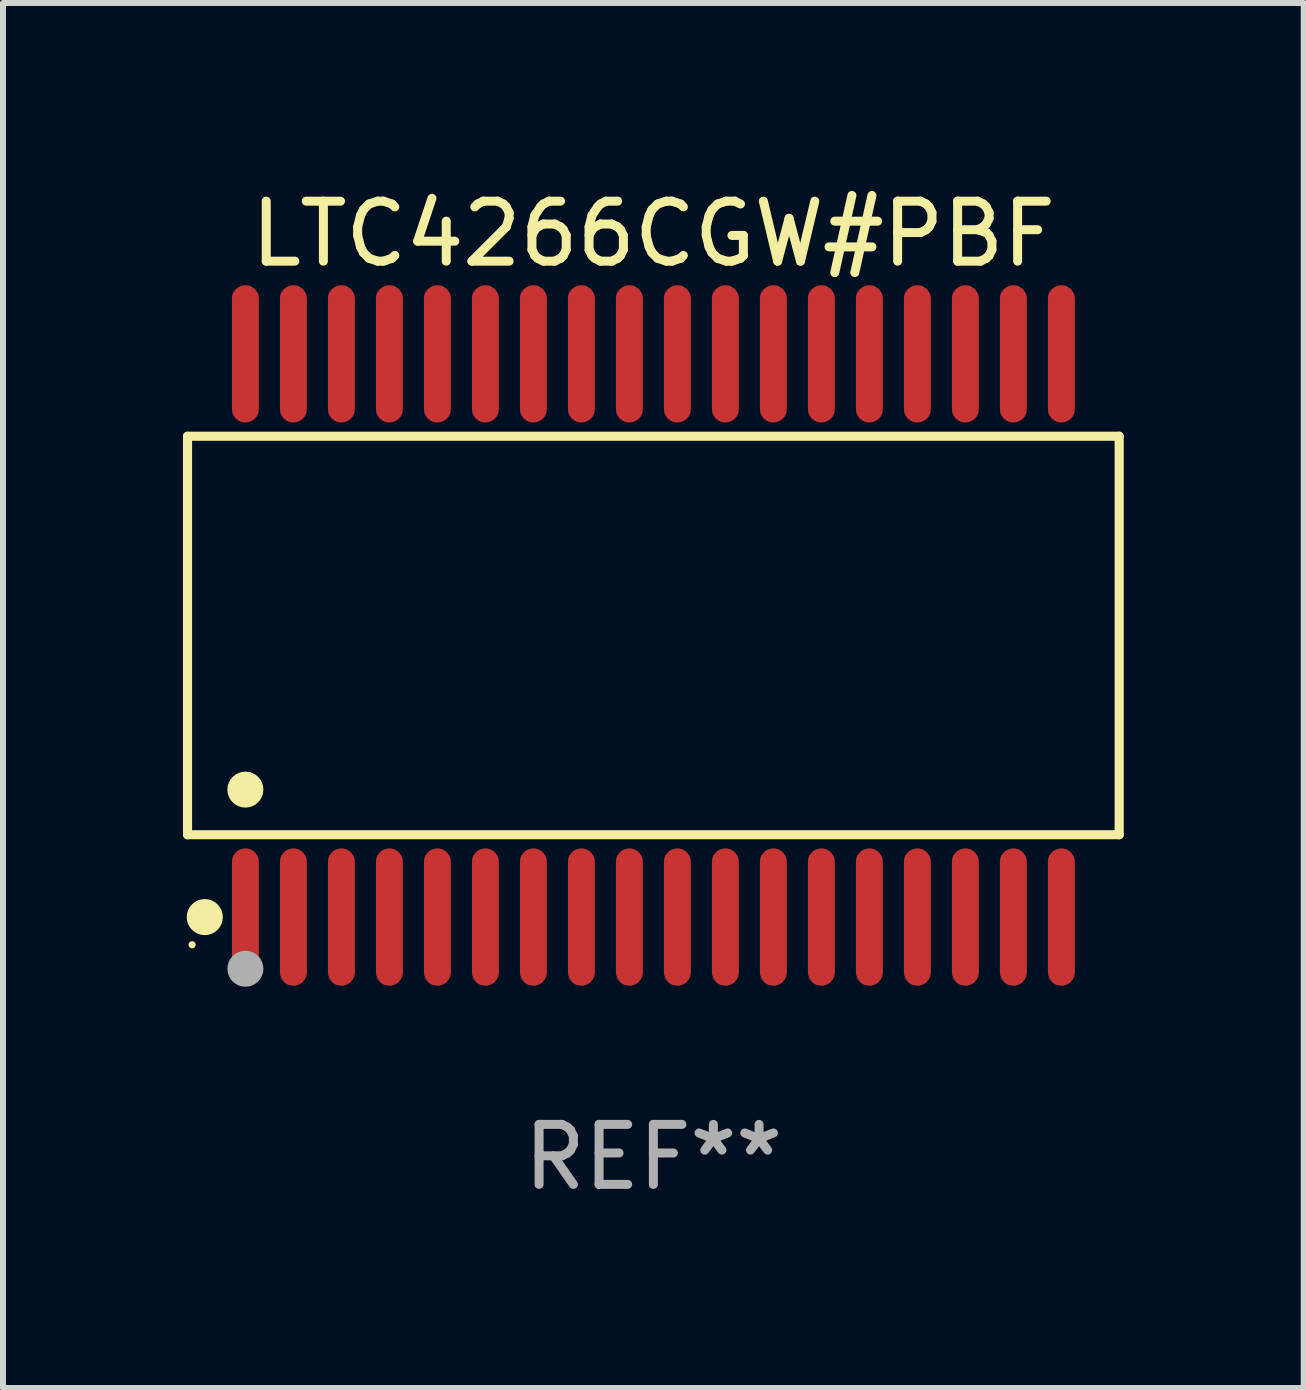
<source format=kicad_pcb>
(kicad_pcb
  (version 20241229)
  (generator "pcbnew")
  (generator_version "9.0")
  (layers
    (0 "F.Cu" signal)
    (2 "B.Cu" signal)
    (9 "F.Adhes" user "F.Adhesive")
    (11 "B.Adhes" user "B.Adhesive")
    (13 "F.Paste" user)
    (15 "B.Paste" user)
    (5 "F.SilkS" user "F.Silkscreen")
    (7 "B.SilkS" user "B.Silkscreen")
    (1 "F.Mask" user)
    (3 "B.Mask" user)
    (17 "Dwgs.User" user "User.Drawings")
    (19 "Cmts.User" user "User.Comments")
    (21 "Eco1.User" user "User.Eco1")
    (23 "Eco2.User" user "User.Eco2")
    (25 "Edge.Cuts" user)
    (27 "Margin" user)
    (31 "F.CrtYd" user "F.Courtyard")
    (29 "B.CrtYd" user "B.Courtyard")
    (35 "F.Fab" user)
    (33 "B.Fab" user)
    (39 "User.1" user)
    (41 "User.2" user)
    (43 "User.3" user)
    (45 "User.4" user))
  (footprint "LTC4266CGW#PBF"
    (layer "F.Cu")
    (at 7.84 7.542)
    (property "Reference" "LTC4266CGW#PBF" (at 0 -6.694 0) (layer "F.SilkS") (effects (font (size 1 1) (thickness 0.15))))
    (attr through_hole)
    (fp_line (start -7.764 -3.321) (end 7.764 -3.321) (stroke (width 0.152) (type solid)) (layer "F.SilkS"))
    (fp_line (start -7.764 3.321) (end -7.764 -3.321) (stroke (width 0.152) (type solid)) (layer "F.SilkS"))
    (fp_line (start 7.764 -3.321) (end 7.764 3.321) (stroke (width 0.152) (type solid)) (layer "F.SilkS"))
    (fp_line (start 7.764 3.321) (end -7.764 3.321) (stroke (width 0.152) (type solid)) (layer "F.SilkS"))
    (fp_circle (center -7.688 5.155) (end -7.658 5.155) (stroke (width 0.06) (type solid)) (fill no) (layer "F.SilkS"))
    (fp_circle (center -7.477 4.694) (end -7.326 4.694) (stroke (width 0.3) (type solid)) (fill no) (layer "F.SilkS"))
    (fp_circle (center -6.8 2.569) (end -6.65 2.569) (stroke (width 0.3) (type solid)) (fill no) (layer "F.SilkS"))
    (fp_circle (center -6.8 5.555) (end -6.65 5.555) (stroke (width 0.3) (type solid)) (fill no) (layer "F.Fab"))
    (fp_text user "REF**" (at 0 8.694 0) (layer "F.Fab") (effects (font (size 1 1) (thickness 0.15))))
    (pad "1" smd oval (at -6.8 4.694) (size 0.448 2.288) (layers "F.Cu" "F.Mask" "F.Paste"))
    (pad "2" smd oval (at -6 4.694) (size 0.448 2.288) (layers "F.Cu" "F.Mask" "F.Paste"))
    (pad "3" smd oval (at -5.2 4.694) (size 0.448 2.288) (layers "F.Cu" "F.Mask" "F.Paste"))
    (pad "4" smd oval (at -4.4 4.694) (size 0.448 2.288) (layers "F.Cu" "F.Mask" "F.Paste"))
    (pad "5" smd oval (at -3.6 4.694) (size 0.448 2.288) (layers "F.Cu" "F.Mask" "F.Paste"))
    (pad "6" smd oval (at -2.8 4.694) (size 0.448 2.288) (layers "F.Cu" "F.Mask" "F.Paste"))
    (pad "7" smd oval (at -2 4.694) (size 0.448 2.288) (layers "F.Cu" "F.Mask" "F.Paste"))
    (pad "8" smd oval (at -1.2 4.694) (size 0.448 2.288) (layers "F.Cu" "F.Mask" "F.Paste"))
    (pad "9" smd oval (at -0.4 4.694) (size 0.448 2.288) (layers "F.Cu" "F.Mask" "F.Paste"))
    (pad "10" smd oval (at 0.4 4.694) (size 0.448 2.288) (layers "F.Cu" "F.Mask" "F.Paste"))
    (pad "11" smd oval (at 1.2 4.694) (size 0.448 2.288) (layers "F.Cu" "F.Mask" "F.Paste"))
    (pad "12" smd oval (at 2 4.694) (size 0.448 2.288) (layers "F.Cu" "F.Mask" "F.Paste"))
    (pad "13" smd oval (at 2.8 4.694) (size 0.448 2.288) (layers "F.Cu" "F.Mask" "F.Paste"))
    (pad "14" smd oval (at 3.6 4.694) (size 0.448 2.288) (layers "F.Cu" "F.Mask" "F.Paste"))
    (pad "15" smd oval (at 4.4 4.694) (size 0.448 2.288) (layers "F.Cu" "F.Mask" "F.Paste"))
    (pad "16" smd oval (at 5.2 4.694) (size 0.448 2.288) (layers "F.Cu" "F.Mask" "F.Paste"))
    (pad "17" smd oval (at 6 4.694) (size 0.448 2.288) (layers "F.Cu" "F.Mask" "F.Paste"))
    (pad "18" smd oval (at 6.8 4.694) (size 0.448 2.288) (layers "F.Cu" "F.Mask" "F.Paste"))
    (pad "19" smd oval (at 6.8 -4.694) (size 0.448 2.288) (layers "F.Cu" "F.Mask" "F.Paste"))
    (pad "20" smd oval (at 6 -4.694) (size 0.448 2.288) (layers "F.Cu" "F.Mask" "F.Paste"))
    (pad "21" smd oval (at 5.2 -4.694) (size 0.448 2.288) (layers "F.Cu" "F.Mask" "F.Paste"))
    (pad "22" smd oval (at 4.4 -4.694) (size 0.448 2.288) (layers "F.Cu" "F.Mask" "F.Paste"))
    (pad "23" smd oval (at 3.6 -4.694) (size 0.448 2.288) (layers "F.Cu" "F.Mask" "F.Paste"))
    (pad "24" smd oval (at 2.8 -4.694) (size 0.448 2.288) (layers "F.Cu" "F.Mask" "F.Paste"))
    (pad "25" smd oval (at 2 -4.694) (size 0.448 2.288) (layers "F.Cu" "F.Mask" "F.Paste"))
    (pad "26" smd oval (at 1.2 -4.694) (size 0.448 2.288) (layers "F.Cu" "F.Mask" "F.Paste"))
    (pad "27" smd oval (at 0.4 -4.694) (size 0.448 2.288) (layers "F.Cu" "F.Mask" "F.Paste"))
    (pad "28" smd oval (at -0.4 -4.694) (size 0.448 2.288) (layers "F.Cu" "F.Mask" "F.Paste"))
    (pad "29" smd oval (at -1.2 -4.694) (size 0.448 2.288) (layers "F.Cu" "F.Mask" "F.Paste"))
    (pad "30" smd oval (at -2 -4.694) (size 0.448 2.288) (layers "F.Cu" "F.Mask" "F.Paste"))
    (pad "31" smd oval (at -2.8 -4.694) (size 0.448 2.288) (layers "F.Cu" "F.Mask" "F.Paste"))
    (pad "32" smd oval (at -3.6 -4.694) (size 0.448 2.288) (layers "F.Cu" "F.Mask" "F.Paste"))
    (pad "33" smd oval (at -4.4 -4.694) (size 0.448 2.288) (layers "F.Cu" "F.Mask" "F.Paste"))
    (pad "34" smd oval (at -5.2 -4.694) (size 0.448 2.288) (layers "F.Cu" "F.Mask" "F.Paste"))
    (pad "35" smd oval (at -6 -4.694) (size 0.448 2.288) (layers "F.Cu" "F.Mask" "F.Paste"))
    (pad "36" smd oval (at -6.8 -4.694) (size 0.448 2.288) (layers "F.Cu" "F.Mask" "F.Paste")))
  (gr_rect
    (start -3 -3)
    (end 18.68 20.084)
    (stroke (width 0.1) (type default))
    (fill no)
    (layer "Edge.Cuts")))
</source>
